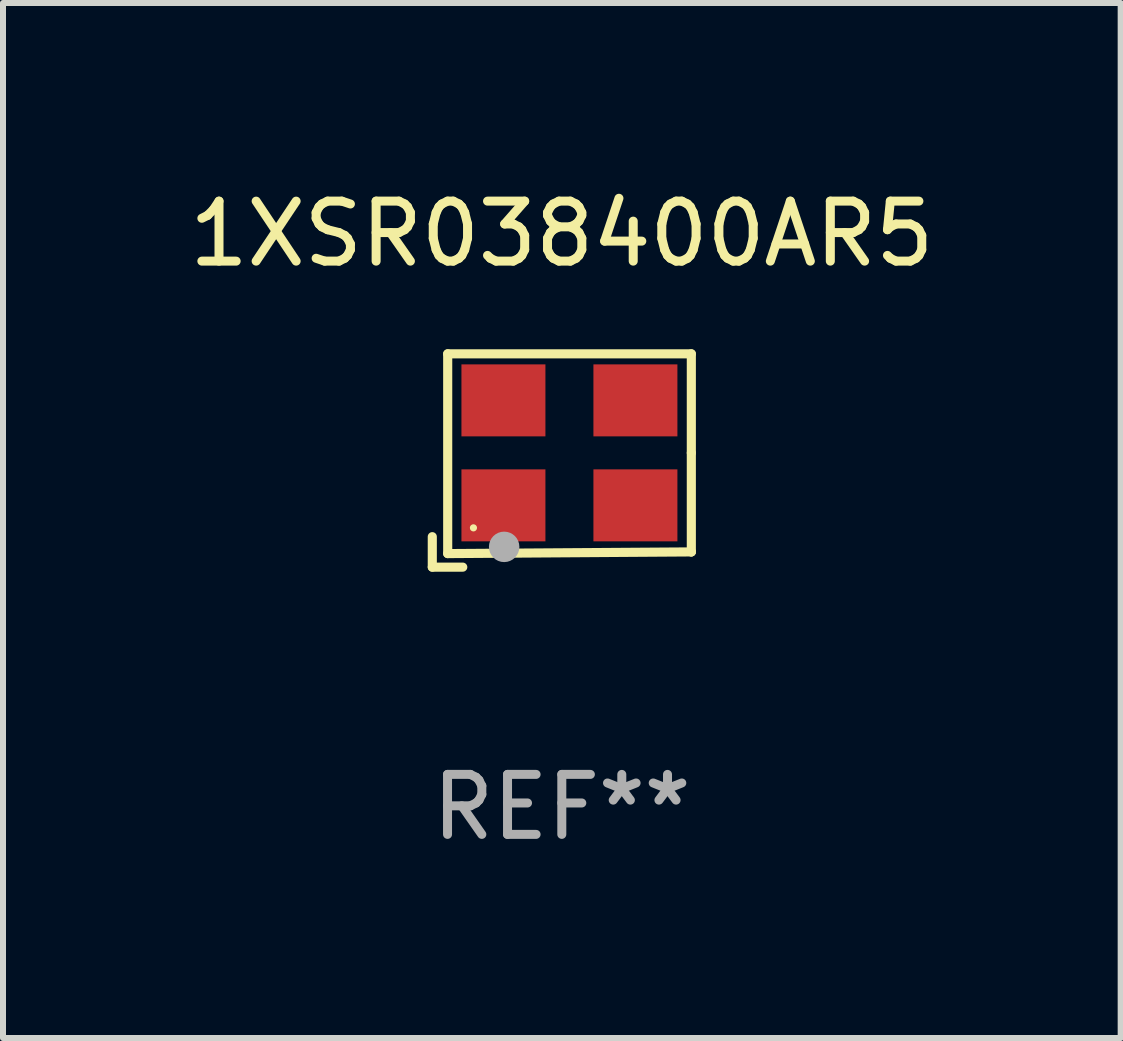
<source format=kicad_pcb>
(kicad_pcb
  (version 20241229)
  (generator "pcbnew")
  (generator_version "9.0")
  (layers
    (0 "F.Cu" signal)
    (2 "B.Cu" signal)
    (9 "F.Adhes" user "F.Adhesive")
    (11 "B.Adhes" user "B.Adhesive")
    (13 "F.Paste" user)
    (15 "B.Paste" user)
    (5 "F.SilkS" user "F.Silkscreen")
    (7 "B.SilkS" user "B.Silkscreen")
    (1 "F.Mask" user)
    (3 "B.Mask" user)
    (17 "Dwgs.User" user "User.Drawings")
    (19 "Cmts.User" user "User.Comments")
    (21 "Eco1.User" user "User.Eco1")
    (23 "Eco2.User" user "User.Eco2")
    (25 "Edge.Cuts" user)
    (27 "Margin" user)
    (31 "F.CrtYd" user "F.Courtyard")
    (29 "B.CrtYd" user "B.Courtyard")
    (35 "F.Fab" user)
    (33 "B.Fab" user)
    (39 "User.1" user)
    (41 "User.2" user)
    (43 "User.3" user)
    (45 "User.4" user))
  (footprint "1XSR038400AR5"
    (layer "F.Cu")
    (at 6.315 4.626)
    (property "Reference" "1XSR038400AR5" (at 0 -3.778 0) (layer "F.SilkS") (effects (font (size 1 1) (thickness 0.15))))
    (attr through_hole)
    (fp_line (start -2.159 1.27) (end -2.159 1.778) (stroke (width 0.152) (type solid)) (layer "F.SilkS"))
    (fp_line (start -2.159 1.778) (end -1.651 1.778) (stroke (width 0.152) (type solid)) (layer "F.SilkS"))
    (fp_line (start -1.902 -1.778) (end 2.159 -1.778) (stroke (width 0.152) (type solid)) (layer "F.SilkS"))
    (fp_line (start -1.902 1.552) (end -1.902 -1.778) (stroke (width 0.152) (type solid)) (layer "F.SilkS"))
    (fp_line (start 2.159 -1.778) (end 2.159 -0.127) (stroke (width 0.152) (type solid)) (layer "F.SilkS"))
    (fp_line (start 2.159 -0.127) (end 2.159 1.524) (stroke (width 0.152) (type solid)) (layer "F.SilkS"))
    (fp_line (start 2.159 1.524) (end -1.902 1.552) (stroke (width 0.152) (type solid)) (layer "F.SilkS"))
    (fp_line (start 2.159 1.524) (end 2.159 1.524) (stroke (width 0.152) (type solid)) (layer "F.SilkS"))
    (fp_circle (center -1.473 1.123) (end -1.443 1.123) (stroke (width 0.06) (type solid)) (fill no) (layer "F.SilkS"))
    (fp_circle (center -0.961 1.44) (end -0.834 1.44) (stroke (width 0.254) (type solid)) (fill no) (layer "F.Fab"))
    (fp_text user "REF**" (at 0 5.778 0) (layer "F.Fab") (effects (font (size 1 1) (thickness 0.15))))
    (pad "1" smd rect (at -0.973 0.748) (size 1.4 1.2) (layers "F.Cu" "F.Mask" "F.Paste"))
    (pad "2" smd rect (at 1.227 0.748) (size 1.4 1.2) (layers "F.Cu" "F.Mask" "F.Paste"))
    (pad "3" smd rect (at 1.227 -1.002) (size 1.4 1.2) (layers "F.Cu" "F.Mask" "F.Paste"))
    (pad "4" smd rect (at -0.973 -1.002) (size 1.4 1.2) (layers "F.Cu" "F.Mask" "F.Paste")))
  (gr_rect
    (start -3 -3)
    (end 15.631 14.253)
    (stroke (width 0.1) (type default))
    (fill no)
    (layer "Edge.Cuts")))
</source>
